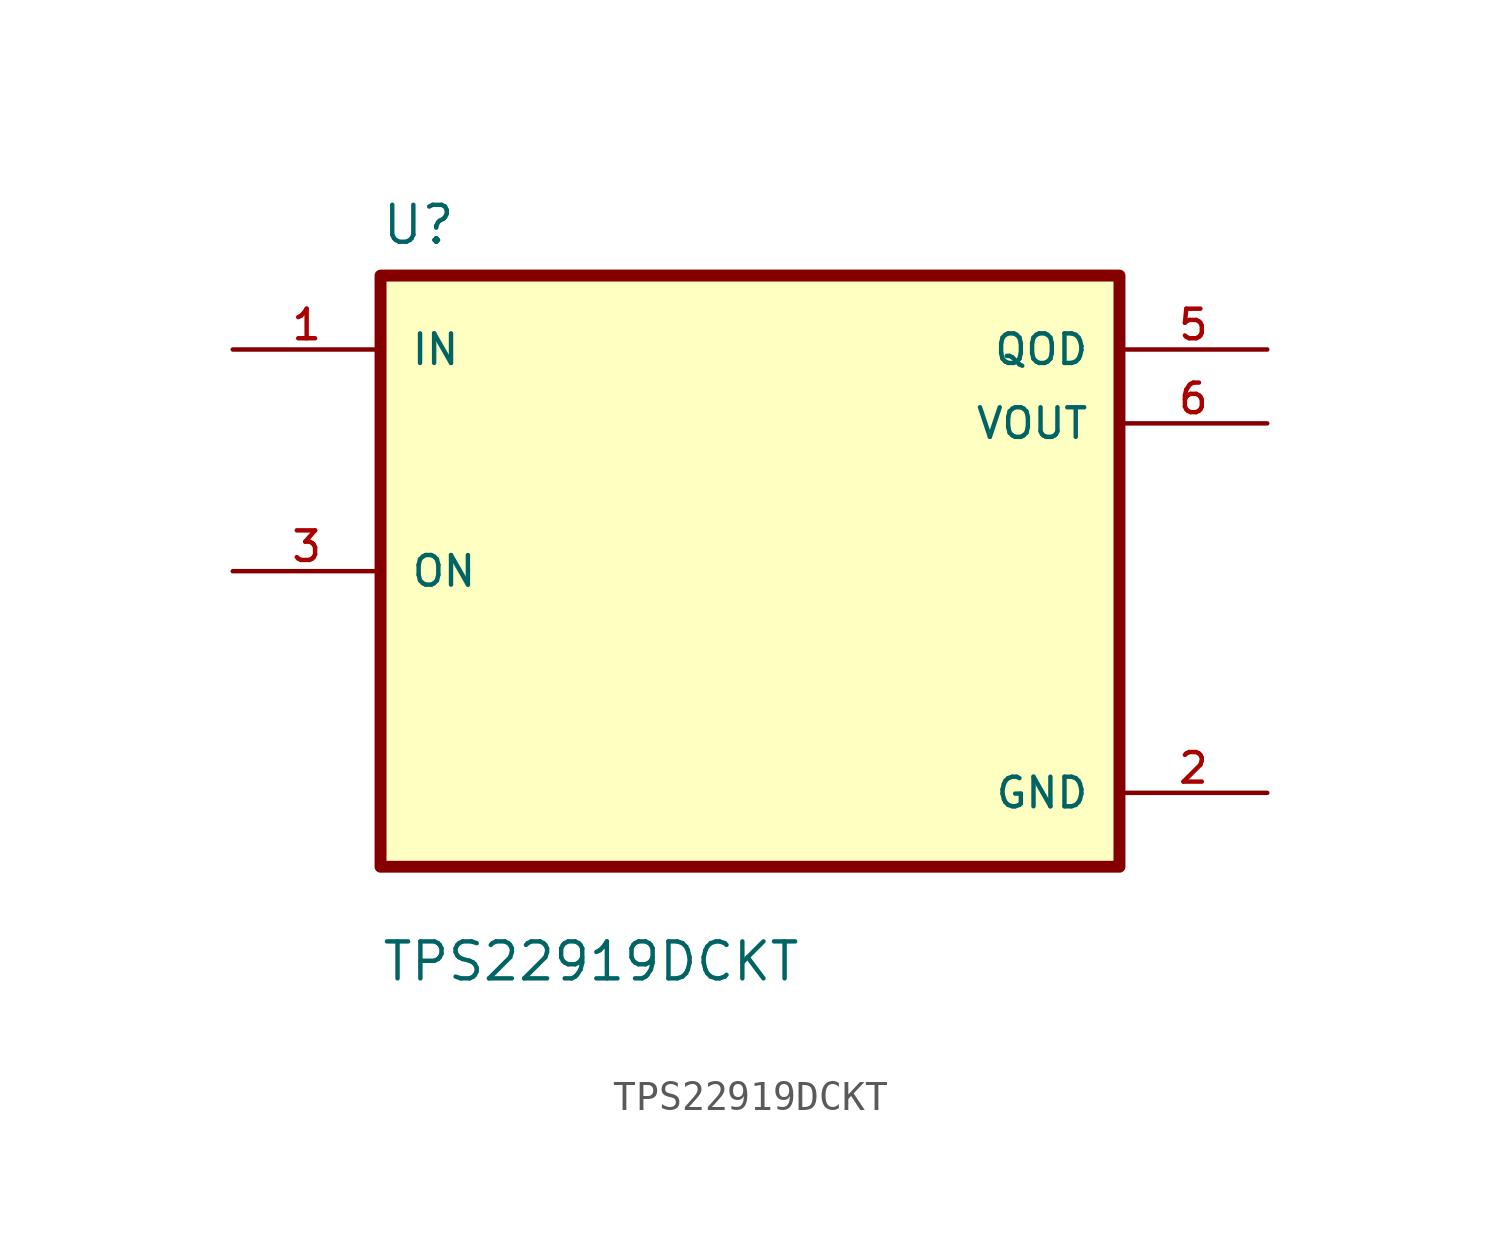
<source format=kicad_sym>
(kicad_symbol_lib
  (version 20211014)
  (generator kicad_symbol_editor)
  (symbol "TPS22919DCKT"
    (pin_names
      (offset 1.016))
    (property "Reference" "U"
      (at -12.7 11.16 0.0)
      (effects (font (size 1.27 1.27)) (justify bottom left)))
    (property "Value" "TPS22919DCKT"
      (at -12.7 -14.16 0.0)
      (effects (font (size 1.27 1.27)) (justify bottom left)))
    (symbol "TPS22919DCKT_0_0"
      (rectangle (start -12.7 -10.16) (end 12.7 10.16) (stroke (width 0.41)) (fill (type background)))
      (pin input line (at -17.78 7.62 0) (length 5.08) (name "IN" (effects (font (size 1.016 1.016)))) (number "1" (effects (font (size 1.016 1.016)))))
      (pin bidirectional line (at -17.78 0.0 0) (length 5.08) (name "ON" (effects (font (size 1.016 1.016)))) (number "3" (effects (font (size 1.016 1.016)))))
      (pin output line (at 17.78 7.62 180.0) (length 5.08) (name "QOD" (effects (font (size 1.016 1.016)))) (number "5" (effects (font (size 1.016 1.016)))))
      (pin output line (at 17.78 5.08 180.0) (length 5.08) (name "VOUT" (effects (font (size 1.016 1.016)))) (number "6" (effects (font (size 1.016 1.016)))))
      (pin power_in line (at 17.78 -7.62 180.0) (length 5.08) (name "GND" (effects (font (size 1.016 1.016)))) (number "2" (effects (font (size 1.016 1.016))))))))
</source>
